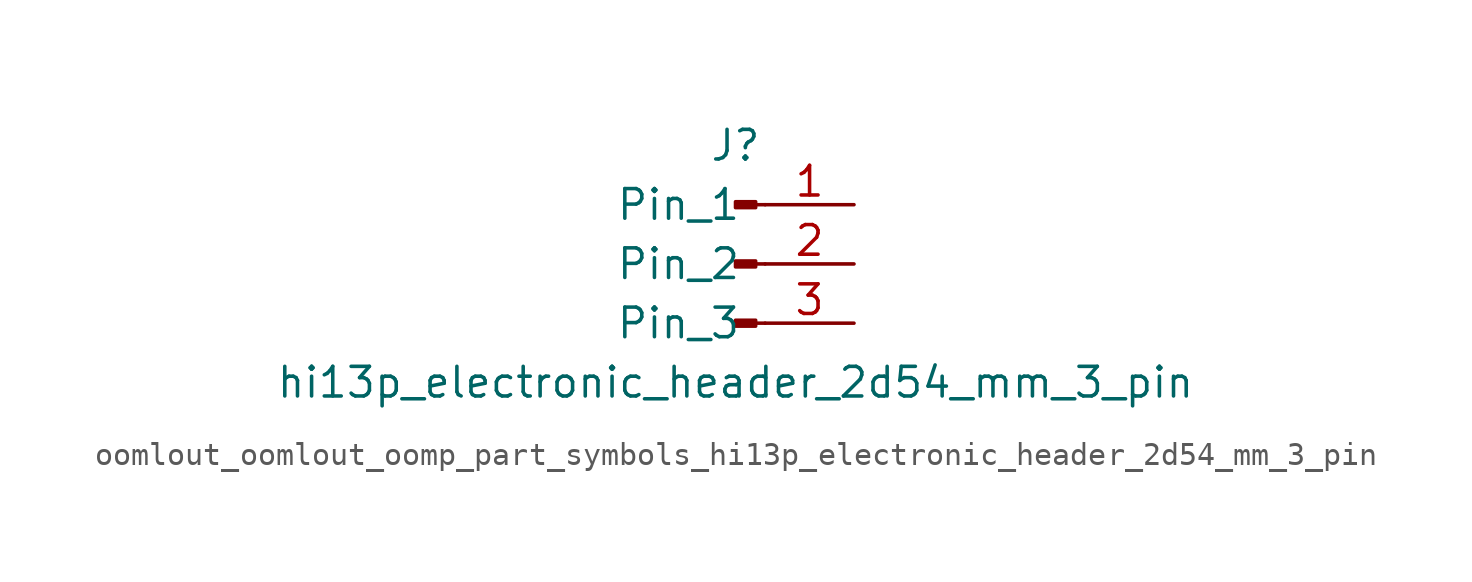
<source format=kicad_sym>
(kicad_symbol_lib
  (version 20220914)
  (generator kicad_symbol_editor)
  (symbol "oomlout_oomlout_oomp_part_symbols_hi13p_electronic_header_2d54_mm_3_pin"
    (pin_names
      (offset 1.016))
    (property "Reference" "J"
      (at 0 5.08 0)
      (effects (font (size 1.27 1.27))))
    (property "Value" "hi13p_electronic_header_2d54_mm_3_pin"
      (at 0 -5.08 0)
      (effects (font (size 1.27 1.27))))
    (property "ki_locked" ""
      (at 0 0 0)
      (effects (font (size 1.27 1.27))))
    (symbol "oomlout_oomlout_oomp_part_symbols_hi13p_electronic_header_2d54_mm_3_pin_1_1"
      (polyline (pts (xy 1.27 -2.54) (xy 0.864 -2.54)) (stroke (width 0.152) (type default)) (fill (type none)))
      (polyline (pts (xy 1.27 0) (xy 0.864 0)) (stroke (width 0.152) (type default)) (fill (type none)))
      (polyline (pts (xy 1.27 2.54) (xy 0.864 2.54)) (stroke (width 0.152) (type default)) (fill (type none)))
      (rectangle (start 0.864 -2.413) (end 0 -2.667) (stroke (width 0.152) (type default)) (fill (type outline)))
      (rectangle (start 0.864 0.127) (end 0 -0.127) (stroke (width 0.152) (type default)) (fill (type outline)))
      (rectangle (start 0.864 2.667) (end 0 2.413) (stroke (width 0.152) (type default)) (fill (type outline)))
      (pin passive line (at 5.08 2.54 180) (length 3.81) (name "Pin_1" (effects (font (size 1.27 1.27)))) (number "1" (effects (font (size 1.27 1.27)))))
      (pin passive line (at 5.08 0 180) (length 3.81) (name "Pin_2" (effects (font (size 1.27 1.27)))) (number "2" (effects (font (size 1.27 1.27)))))
      (pin passive line (at 5.08 -2.54 180) (length 3.81) (name "Pin_3" (effects (font (size 1.27 1.27)))) (number "3" (effects (font (size 1.27 1.27))))))))
</source>
